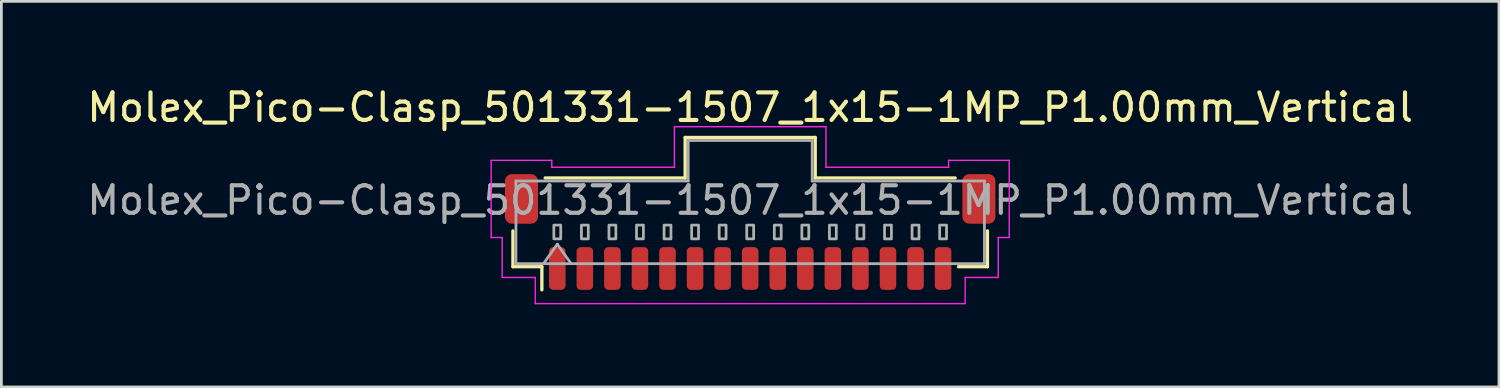
<source format=kicad_pcb>
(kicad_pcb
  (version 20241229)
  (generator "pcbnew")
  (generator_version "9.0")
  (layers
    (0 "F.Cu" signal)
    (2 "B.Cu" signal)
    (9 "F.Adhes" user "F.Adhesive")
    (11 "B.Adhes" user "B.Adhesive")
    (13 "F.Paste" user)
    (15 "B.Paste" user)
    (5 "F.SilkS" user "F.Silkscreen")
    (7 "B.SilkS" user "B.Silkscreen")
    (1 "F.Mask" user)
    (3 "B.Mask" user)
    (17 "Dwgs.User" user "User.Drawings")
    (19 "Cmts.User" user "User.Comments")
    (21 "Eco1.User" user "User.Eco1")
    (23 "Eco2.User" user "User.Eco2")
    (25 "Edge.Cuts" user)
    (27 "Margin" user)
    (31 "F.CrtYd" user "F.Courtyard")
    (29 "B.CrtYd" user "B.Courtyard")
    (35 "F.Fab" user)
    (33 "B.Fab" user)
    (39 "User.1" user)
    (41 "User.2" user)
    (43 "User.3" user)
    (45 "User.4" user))
  (footprint "Molex_Pico-Clasp_501331-1507_1x15-1MP_P1.00mm_Vertical"
    (layer "F.Cu")
    (at 24.173 5.368)
    (property "Reference" "Molex_Pico-Clasp_501331-1507_1x15-1MP_P1.00mm_Vertical" (at 0 -4.52 0) (layer "F.SilkS") (effects (font (size 1 1) (thickness 0.15))))
    (attr smd)
    (fp_line (start -8.61 -0.04) (end -8.61 1.26) (stroke (width 0.12) (type solid)) (layer "F.SilkS"))
    (fp_line (start -8.61 1.26) (end -7.56 1.26) (stroke (width 0.12) (type solid)) (layer "F.SilkS"))
    (fp_line (start -7.56 1.26) (end -7.56 2.1) (stroke (width 0.12) (type solid)) (layer "F.SilkS"))
    (fp_line (start -7.44 -1.96) (end -2.36 -1.96) (stroke (width 0.12) (type solid)) (layer "F.SilkS"))
    (fp_line (start -2.36 -3.43) (end 2.36 -3.43) (stroke (width 0.12) (type solid)) (layer "F.SilkS"))
    (fp_line (start -2.36 -1.96) (end -2.36 -3.43) (stroke (width 0.12) (type solid)) (layer "F.SilkS"))
    (fp_line (start 2.36 -3.43) (end 2.36 -1.96) (stroke (width 0.12) (type solid)) (layer "F.SilkS"))
    (fp_line (start 2.36 -1.96) (end 7.44 -1.96) (stroke (width 0.12) (type solid)) (layer "F.SilkS"))
    (fp_line (start 8.61 -0.04) (end 8.61 1.26) (stroke (width 0.12) (type solid)) (layer "F.SilkS"))
    (fp_line (start 8.61 1.26) (end 7.56 1.26) (stroke (width 0.12) (type solid)) (layer "F.SilkS"))
    (fp_line (start -9.4 -2.6) (end -7.2 -2.6) (stroke (width 0.05) (type solid)) (layer "F.CrtYd"))
    (fp_line (start -9.4 0.2) (end -9.4 -2.6) (stroke (width 0.05) (type solid)) (layer "F.CrtYd"))
    (fp_line (start -9 0.2) (end -9.4 0.2) (stroke (width 0.05) (type solid)) (layer "F.CrtYd"))
    (fp_line (start -9 1.65) (end -9 0.2) (stroke (width 0.05) (type solid)) (layer "F.CrtYd"))
    (fp_line (start -7.8 1.65) (end -9 1.65) (stroke (width 0.05) (type solid)) (layer "F.CrtYd"))
    (fp_line (start -7.8 2.6) (end -7.8 1.65) (stroke (width 0.05) (type solid)) (layer "F.CrtYd"))
    (fp_line (start -7.2 -2.6) (end -7.2 -2.35) (stroke (width 0.05) (type solid)) (layer "F.CrtYd"))
    (fp_line (start -7.2 -2.35) (end -2.75 -2.35) (stroke (width 0.05) (type solid)) (layer "F.CrtYd"))
    (fp_line (start -2.75 -3.82) (end 2.75 -3.82) (stroke (width 0.05) (type solid)) (layer "F.CrtYd"))
    (fp_line (start -2.75 -2.35) (end -2.75 -3.82) (stroke (width 0.05) (type solid)) (layer "F.CrtYd"))
    (fp_line (start 2.75 -3.82) (end 2.75 -2.35) (stroke (width 0.05) (type solid)) (layer "F.CrtYd"))
    (fp_line (start 2.75 -2.35) (end 7.2 -2.35) (stroke (width 0.05) (type solid)) (layer "F.CrtYd"))
    (fp_line (start 7.2 -2.6) (end 9.4 -2.6) (stroke (width 0.05) (type solid)) (layer "F.CrtYd"))
    (fp_line (start 7.2 -2.35) (end 7.2 -2.6) (stroke (width 0.05) (type solid)) (layer "F.CrtYd"))
    (fp_line (start 7.8 1.65) (end 7.8 2.6) (stroke (width 0.05) (type solid)) (layer "F.CrtYd"))
    (fp_line (start 7.8 2.6) (end -7.8 2.6) (stroke (width 0.05) (type solid)) (layer "F.CrtYd"))
    (fp_line (start 9 0.2) (end 9 1.65) (stroke (width 0.05) (type solid)) (layer "F.CrtYd"))
    (fp_line (start 9 1.65) (end 7.8 1.65) (stroke (width 0.05) (type solid)) (layer "F.CrtYd"))
    (fp_line (start 9.4 -2.6) (end 9.4 0.2) (stroke (width 0.05) (type solid)) (layer "F.CrtYd"))
    (fp_line (start 9.4 0.2) (end 9 0.2) (stroke (width 0.05) (type solid)) (layer "F.CrtYd"))
    (fp_line (start -8.5 -1.85) (end -2.25 -1.85) (stroke (width 0.1) (type solid)) (layer "F.Fab"))
    (fp_line (start -8.5 1.15) (end -8.5 -1.85) (stroke (width 0.1) (type solid)) (layer "F.Fab"))
    (fp_line (start -8.5 1.15) (end 8.5 1.15) (stroke (width 0.1) (type solid)) (layer "F.Fab"))
    (fp_line (start -7.5 1.15) (end -7 0.443) (stroke (width 0.1) (type solid)) (layer "F.Fab"))
    (fp_line (start -7 0.443) (end -6.5 1.15) (stroke (width 0.1) (type solid)) (layer "F.Fab"))
    (fp_line (start -2.25 -3.32) (end 2.25 -3.32) (stroke (width 0.1) (type solid)) (layer "F.Fab"))
    (fp_line (start -2.25 -1.85) (end -2.25 -3.32) (stroke (width 0.1) (type solid)) (layer "F.Fab"))
    (fp_line (start 2.25 -3.32) (end 2.25 -1.85) (stroke (width 0.1) (type solid)) (layer "F.Fab"))
    (fp_line (start 2.25 -1.85) (end 8.5 -1.85) (stroke (width 0.1) (type solid)) (layer "F.Fab"))
    (fp_line (start 8.5 1.15) (end 8.5 -1.85) (stroke (width 0.1) (type solid)) (layer "F.Fab"))
    (fp_rect (start -7.125 -0.25) (end -6.875 0.25) (stroke (width 0.1) (type solid)) (fill no) (layer "F.Fab"))
    (fp_rect (start -6.125 -0.25) (end -5.875 0.25) (stroke (width 0.1) (type solid)) (fill no) (layer "F.Fab"))
    (fp_rect (start -5.125 -0.25) (end -4.875 0.25) (stroke (width 0.1) (type solid)) (fill no) (layer "F.Fab"))
    (fp_rect (start -4.125 -0.25) (end -3.875 0.25) (stroke (width 0.1) (type solid)) (fill no) (layer "F.Fab"))
    (fp_rect (start -3.125 -0.25) (end -2.875 0.25) (stroke (width 0.1) (type solid)) (fill no) (layer "F.Fab"))
    (fp_rect (start -2.125 -0.25) (end -1.875 0.25) (stroke (width 0.1) (type solid)) (fill no) (layer "F.Fab"))
    (fp_rect (start -1.125 -0.25) (end -0.875 0.25) (stroke (width 0.1) (type solid)) (fill no) (layer "F.Fab"))
    (fp_rect (start -0.125 -0.25) (end 0.125 0.25) (stroke (width 0.1) (type solid)) (fill no) (layer "F.Fab"))
    (fp_rect (start 0.875 -0.25) (end 1.125 0.25) (stroke (width 0.1) (type solid)) (fill no) (layer "F.Fab"))
    (fp_rect (start 1.875 -0.25) (end 2.125 0.25) (stroke (width 0.1) (type solid)) (fill no) (layer "F.Fab"))
    (fp_rect (start 2.875 -0.25) (end 3.125 0.25) (stroke (width 0.1) (type solid)) (fill no) (layer "F.Fab"))
    (fp_rect (start 3.875 -0.25) (end 4.125 0.25) (stroke (width 0.1) (type solid)) (fill no) (layer "F.Fab"))
    (fp_rect (start 4.875 -0.25) (end 5.125 0.25) (stroke (width 0.1) (type solid)) (fill no) (layer "F.Fab"))
    (fp_rect (start 5.875 -0.25) (end 6.125 0.25) (stroke (width 0.1) (type solid)) (fill no) (layer "F.Fab"))
    (fp_rect (start 6.875 -0.25) (end 7.125 0.25) (stroke (width 0.1) (type solid)) (fill no) (layer "F.Fab"))
    (fp_text user "${REFERENCE}" (at 0 -1.15 0) (layer "F.Fab") (effects (font (size 1 1) (thickness 0.15))))
    (pad "1" smd roundrect (at -7 1.325) (size 0.6 1.55) (layers "F.Cu" "F.Mask" "F.Paste") (roundrect_rratio 0.25))
    (pad "2" smd roundrect (at -6 1.325) (size 0.6 1.55) (layers "F.Cu" "F.Mask" "F.Paste") (roundrect_rratio 0.25))
    (pad "3" smd roundrect (at -5 1.325) (size 0.6 1.55) (layers "F.Cu" "F.Mask" "F.Paste") (roundrect_rratio 0.25))
    (pad "4" smd roundrect (at -4 1.325) (size 0.6 1.55) (layers "F.Cu" "F.Mask" "F.Paste") (roundrect_rratio 0.25))
    (pad "5" smd roundrect (at -3 1.325) (size 0.6 1.55) (layers "F.Cu" "F.Mask" "F.Paste") (roundrect_rratio 0.25))
    (pad "6" smd roundrect (at -2 1.325) (size 0.6 1.55) (layers "F.Cu" "F.Mask" "F.Paste") (roundrect_rratio 0.25))
    (pad "7" smd roundrect (at -1 1.325) (size 0.6 1.55) (layers "F.Cu" "F.Mask" "F.Paste") (roundrect_rratio 0.25))
    (pad "8" smd roundrect (at 0 1.325) (size 0.6 1.55) (layers "F.Cu" "F.Mask" "F.Paste") (roundrect_rratio 0.25))
    (pad "9" smd roundrect (at 1 1.325) (size 0.6 1.55) (layers "F.Cu" "F.Mask" "F.Paste") (roundrect_rratio 0.25))
    (pad "10" smd roundrect (at 2 1.325) (size 0.6 1.55) (layers "F.Cu" "F.Mask" "F.Paste") (roundrect_rratio 0.25))
    (pad "11" smd roundrect (at 3 1.325) (size 0.6 1.55) (layers "F.Cu" "F.Mask" "F.Paste") (roundrect_rratio 0.25))
    (pad "12" smd roundrect (at 4 1.325) (size 0.6 1.55) (layers "F.Cu" "F.Mask" "F.Paste") (roundrect_rratio 0.25))
    (pad "13" smd roundrect (at 5 1.325) (size 0.6 1.55) (layers "F.Cu" "F.Mask" "F.Paste") (roundrect_rratio 0.25))
    (pad "14" smd roundrect (at 6 1.325) (size 0.6 1.55) (layers "F.Cu" "F.Mask" "F.Paste") (roundrect_rratio 0.25))
    (pad "15" smd roundrect (at 7 1.325) (size 0.6 1.55) (layers "F.Cu" "F.Mask" "F.Paste") (roundrect_rratio 0.25))
    (pad "MP" smd roundrect (at -8.3 -1.2) (size 1.2 1.8) (layers "F.Cu" "F.Mask" "F.Paste") (roundrect_rratio 0.208))
    (pad "MP" smd roundrect (at 8.3 -1.2) (size 1.2 1.8) (layers "F.Cu" "F.Mask" "F.Paste") (roundrect_rratio 0.208)))
  (gr_rect
    (start -3 -3)
    (end 51.345 10.993)
    (stroke (width 0.1) (type default))
    (fill no)
    (layer "Edge.Cuts")))
</source>
